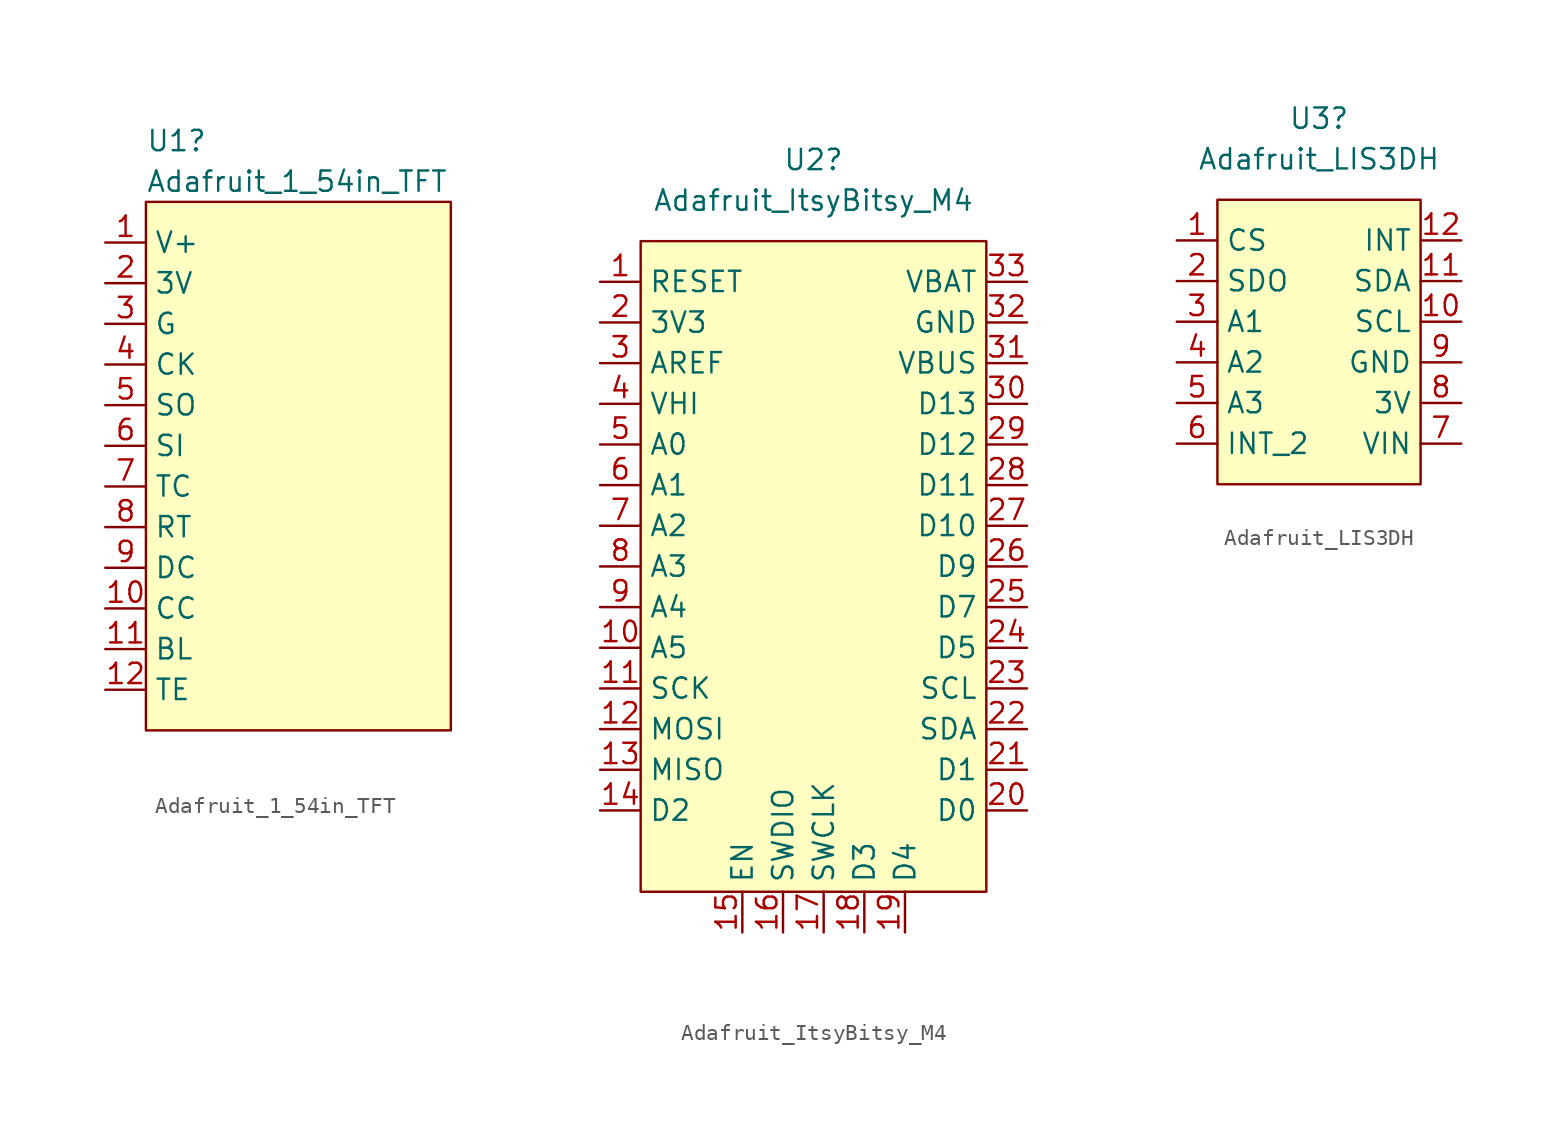
<source format=kicad_sym>
(kicad_symbol_lib
  (version 20211014)
  (generator kicad_symbol_editor)
  (symbol "Adafruit_1_54in_TFT"
    (property "Reference" "U1"
      (at -8.89 20.32 0)
      (effects (font (size 1.27 1.27)) (justify left)))
    (property "Value" "Adafruit_1_54in_TFT"
      (at -8.89 17.78 0)
      (effects (font (size 1.27 1.27)) (justify left)))
    (symbol "Adafruit_1_54in_TFT_0_1"
      (rectangle (start -8.89 16.51) (end 10.16 -16.51) (stroke (width 0) (type default) (color 0 0 0 0)) (fill (type background))))
    (symbol "Adafruit_1_54in_TFT_1_1"
      (pin input line (at -11.43 13.97 0) (length 2.54) (name "V+" (effects (font (size 1.27 1.27)))) (number "1" (effects (font (size 1.27 1.27)))))
      (pin input line (at -11.43 -8.89 0) (length 2.54) (name "CC" (effects (font (size 1.27 1.27)))) (number "10" (effects (font (size 1.27 1.27)))))
      (pin input line (at -11.43 -11.43 0) (length 2.54) (name "BL" (effects (font (size 1.27 1.27)))) (number "11" (effects (font (size 1.27 1.27)))))
      (pin input line (at -11.43 -13.97 0) (length 2.54) (name "TE" (effects (font (size 1.27 1.27)))) (number "12" (effects (font (size 1.27 1.27)))))
      (pin input line (at -11.43 11.43 0) (length 2.54) (name "3V" (effects (font (size 1.27 1.27)))) (number "2" (effects (font (size 1.27 1.27)))))
      (pin input line (at -11.43 8.89 0) (length 2.54) (name "G" (effects (font (size 1.27 1.27)))) (number "3" (effects (font (size 1.27 1.27)))))
      (pin input line (at -11.43 6.35 0) (length 2.54) (name "CK" (effects (font (size 1.27 1.27)))) (number "4" (effects (font (size 1.27 1.27)))))
      (pin input line (at -11.43 3.81 0) (length 2.54) (name "SO" (effects (font (size 1.27 1.27)))) (number "5" (effects (font (size 1.27 1.27)))))
      (pin input line (at -11.43 1.27 0) (length 2.54) (name "SI" (effects (font (size 1.27 1.27)))) (number "6" (effects (font (size 1.27 1.27)))))
      (pin input line (at -11.43 -1.27 0) (length 2.54) (name "TC" (effects (font (size 1.27 1.27)))) (number "7" (effects (font (size 1.27 1.27)))))
      (pin input line (at -11.43 -3.81 0) (length 2.54) (name "RT" (effects (font (size 1.27 1.27)))) (number "8" (effects (font (size 1.27 1.27)))))
      (pin input line (at -11.43 -6.35 0) (length 2.54) (name "DC" (effects (font (size 1.27 1.27)))) (number "9" (effects (font (size 1.27 1.27)))))))
  (symbol "Adafruit_ItsyBitsy_M4"
    (property "Reference" "U2"
      (at 0.635 22.86 0)
      (effects (font (size 1.27 1.27))))
    (property "Value" "Adafruit_ItsyBitsy_M4"
      (at 0.635 20.32 0)
      (effects (font (size 1.27 1.27))))
    (symbol "Adafruit_ItsyBitsy_M4_0_1"
      (rectangle (start -10.16 17.78) (end 11.43 -22.86) (stroke (width 0) (type default) (color 0 0 0 0)) (fill (type background))))
    (symbol "Adafruit_ItsyBitsy_M4_1_1"
      (pin input line (at -12.7 15.24 0) (length 2.54) (name "RESET" (effects (font (size 1.27 1.27)))) (number "1" (effects (font (size 1.27 1.27)))))
      (pin input line (at -12.7 -7.62 0) (length 2.54) (name "A5" (effects (font (size 1.27 1.27)))) (number "10" (effects (font (size 1.27 1.27)))))
      (pin input line (at -12.7 -10.16 0) (length 2.54) (name "SCK" (effects (font (size 1.27 1.27)))) (number "11" (effects (font (size 1.27 1.27)))))
      (pin input line (at -12.7 -12.7 0) (length 2.54) (name "MOSI" (effects (font (size 1.27 1.27)))) (number "12" (effects (font (size 1.27 1.27)))))
      (pin input line (at -12.7 -15.24 0) (length 2.54) (name "MISO" (effects (font (size 1.27 1.27)))) (number "13" (effects (font (size 1.27 1.27)))))
      (pin input line (at -12.7 -17.78 0) (length 2.54) (name "D2" (effects (font (size 1.27 1.27)))) (number "14" (effects (font (size 1.27 1.27)))))
      (pin input line (at -3.81 -25.4 90) (length 2.54) (name "EN" (effects (font (size 1.27 1.27)))) (number "15" (effects (font (size 1.27 1.27)))))
      (pin input line (at -1.27 -25.4 90) (length 2.54) (name "SWDIO" (effects (font (size 1.27 1.27)))) (number "16" (effects (font (size 1.27 1.27)))))
      (pin input line (at 1.27 -25.4 90) (length 2.54) (name "SWCLK" (effects (font (size 1.27 1.27)))) (number "17" (effects (font (size 1.27 1.27)))))
      (pin input line (at 3.81 -25.4 90) (length 2.54) (name "D3" (effects (font (size 1.27 1.27)))) (number "18" (effects (font (size 1.27 1.27)))))
      (pin input line (at 6.35 -25.4 90) (length 2.54) (name "D4" (effects (font (size 1.27 1.27)))) (number "19" (effects (font (size 1.27 1.27)))))
      (pin input line (at -12.7 12.7 0) (length 2.54) (name "3V3" (effects (font (size 1.27 1.27)))) (number "2" (effects (font (size 1.27 1.27)))))
      (pin input line (at 13.97 -17.78 180) (length 2.54) (name "D0" (effects (font (size 1.27 1.27)))) (number "20" (effects (font (size 1.27 1.27)))))
      (pin input line (at 13.97 -15.24 180) (length 2.54) (name "D1" (effects (font (size 1.27 1.27)))) (number "21" (effects (font (size 1.27 1.27)))))
      (pin input line (at 13.97 -12.7 180) (length 2.54) (name "SDA" (effects (font (size 1.27 1.27)))) (number "22" (effects (font (size 1.27 1.27)))))
      (pin input line (at 13.97 -10.16 180) (length 2.54) (name "SCL" (effects (font (size 1.27 1.27)))) (number "23" (effects (font (size 1.27 1.27)))))
      (pin input line (at 13.97 -7.62 180) (length 2.54) (name "D5" (effects (font (size 1.27 1.27)))) (number "24" (effects (font (size 1.27 1.27)))))
      (pin input line (at 13.97 -5.08 180) (length 2.54) (name "D7" (effects (font (size 1.27 1.27)))) (number "25" (effects (font (size 1.27 1.27)))))
      (pin input line (at 13.97 -2.54 180) (length 2.54) (name "D9" (effects (font (size 1.27 1.27)))) (number "26" (effects (font (size 1.27 1.27)))))
      (pin input line (at 13.97 0 180) (length 2.54) (name "D10" (effects (font (size 1.27 1.27)))) (number "27" (effects (font (size 1.27 1.27)))))
      (pin input line (at 13.97 2.54 180) (length 2.54) (name "D11" (effects (font (size 1.27 1.27)))) (number "28" (effects (font (size 1.27 1.27)))))
      (pin input line (at 13.97 5.08 180) (length 2.54) (name "D12" (effects (font (size 1.27 1.27)))) (number "29" (effects (font (size 1.27 1.27)))))
      (pin input line (at -12.7 10.16 0) (length 2.54) (name "AREF" (effects (font (size 1.27 1.27)))) (number "3" (effects (font (size 1.27 1.27)))))
      (pin input line (at 13.97 7.62 180) (length 2.54) (name "D13" (effects (font (size 1.27 1.27)))) (number "30" (effects (font (size 1.27 1.27)))))
      (pin input line (at 13.97 10.16 180) (length 2.54) (name "VBUS" (effects (font (size 1.27 1.27)))) (number "31" (effects (font (size 1.27 1.27)))))
      (pin input line (at 13.97 12.7 180) (length 2.54) (name "GND" (effects (font (size 1.27 1.27)))) (number "32" (effects (font (size 1.27 1.27)))))
      (pin input line (at 13.97 15.24 180) (length 2.54) (name "VBAT" (effects (font (size 1.27 1.27)))) (number "33" (effects (font (size 1.27 1.27)))))
      (pin input line (at -12.7 7.62 0) (length 2.54) (name "VHI" (effects (font (size 1.27 1.27)))) (number "4" (effects (font (size 1.27 1.27)))))
      (pin input line (at -12.7 5.08 0) (length 2.54) (name "A0" (effects (font (size 1.27 1.27)))) (number "5" (effects (font (size 1.27 1.27)))))
      (pin input line (at -12.7 2.54 0) (length 2.54) (name "A1" (effects (font (size 1.27 1.27)))) (number "6" (effects (font (size 1.27 1.27)))))
      (pin input line (at -12.7 0 0) (length 2.54) (name "A2" (effects (font (size 1.27 1.27)))) (number "7" (effects (font (size 1.27 1.27)))))
      (pin input line (at -12.7 -2.54 0) (length 2.54) (name "A3" (effects (font (size 1.27 1.27)))) (number "8" (effects (font (size 1.27 1.27)))))
      (pin input line (at -12.7 -5.08 0) (length 2.54) (name "A4" (effects (font (size 1.27 1.27)))) (number "9" (effects (font (size 1.27 1.27)))))))
  (symbol "Adafruit_LIS3DH"
    (property "Reference" "U3"
      (at 0 13.97 0)
      (effects (font (size 1.27 1.27))))
    (property "Value" "Adafruit_LIS3DH"
      (at 0 11.43 0)
      (effects (font (size 1.27 1.27))))
    (symbol "Adafruit_LIS3DH_0_1"
      (rectangle (start -6.35 8.89) (end 6.35 -8.89) (stroke (width 0) (type default) (color 0 0 0 0)) (fill (type background))))
    (symbol "Adafruit_LIS3DH_1_1"
      (pin input line (at -8.89 6.35 0) (length 2.54) (name "CS" (effects (font (size 1.27 1.27)))) (number "1" (effects (font (size 1.27 1.27)))))
      (pin input line (at 8.89 1.27 180) (length 2.54) (name "SCL" (effects (font (size 1.27 1.27)))) (number "10" (effects (font (size 1.27 1.27)))))
      (pin input line (at 8.89 3.81 180) (length 2.54) (name "SDA" (effects (font (size 1.27 1.27)))) (number "11" (effects (font (size 1.27 1.27)))))
      (pin input line (at 8.89 6.35 180) (length 2.54) (name "INT" (effects (font (size 1.27 1.27)))) (number "12" (effects (font (size 1.27 1.27)))))
      (pin input line (at -8.89 3.81 0) (length 2.54) (name "SDO" (effects (font (size 1.27 1.27)))) (number "2" (effects (font (size 1.27 1.27)))))
      (pin input line (at -8.89 1.27 0) (length 2.54) (name "A1" (effects (font (size 1.27 1.27)))) (number "3" (effects (font (size 1.27 1.27)))))
      (pin input line (at -8.89 -1.27 0) (length 2.54) (name "A2" (effects (font (size 1.27 1.27)))) (number "4" (effects (font (size 1.27 1.27)))))
      (pin input line (at -8.89 -3.81 0) (length 2.54) (name "A3" (effects (font (size 1.27 1.27)))) (number "5" (effects (font (size 1.27 1.27)))))
      (pin input line (at -8.89 -6.35 0) (length 2.54) (name "INT_2" (effects (font (size 1.27 1.27)))) (number "6" (effects (font (size 1.27 1.27)))))
      (pin input line (at 8.89 -6.35 180) (length 2.54) (name "VIN" (effects (font (size 1.27 1.27)))) (number "7" (effects (font (size 1.27 1.27)))))
      (pin input line (at 8.89 -3.81 180) (length 2.54) (name "3V" (effects (font (size 1.27 1.27)))) (number "8" (effects (font (size 1.27 1.27)))))
      (pin input line (at 8.89 -1.27 180) (length 2.54) (name "GND" (effects (font (size 1.27 1.27)))) (number "9" (effects (font (size 1.27 1.27))))))))
</source>
